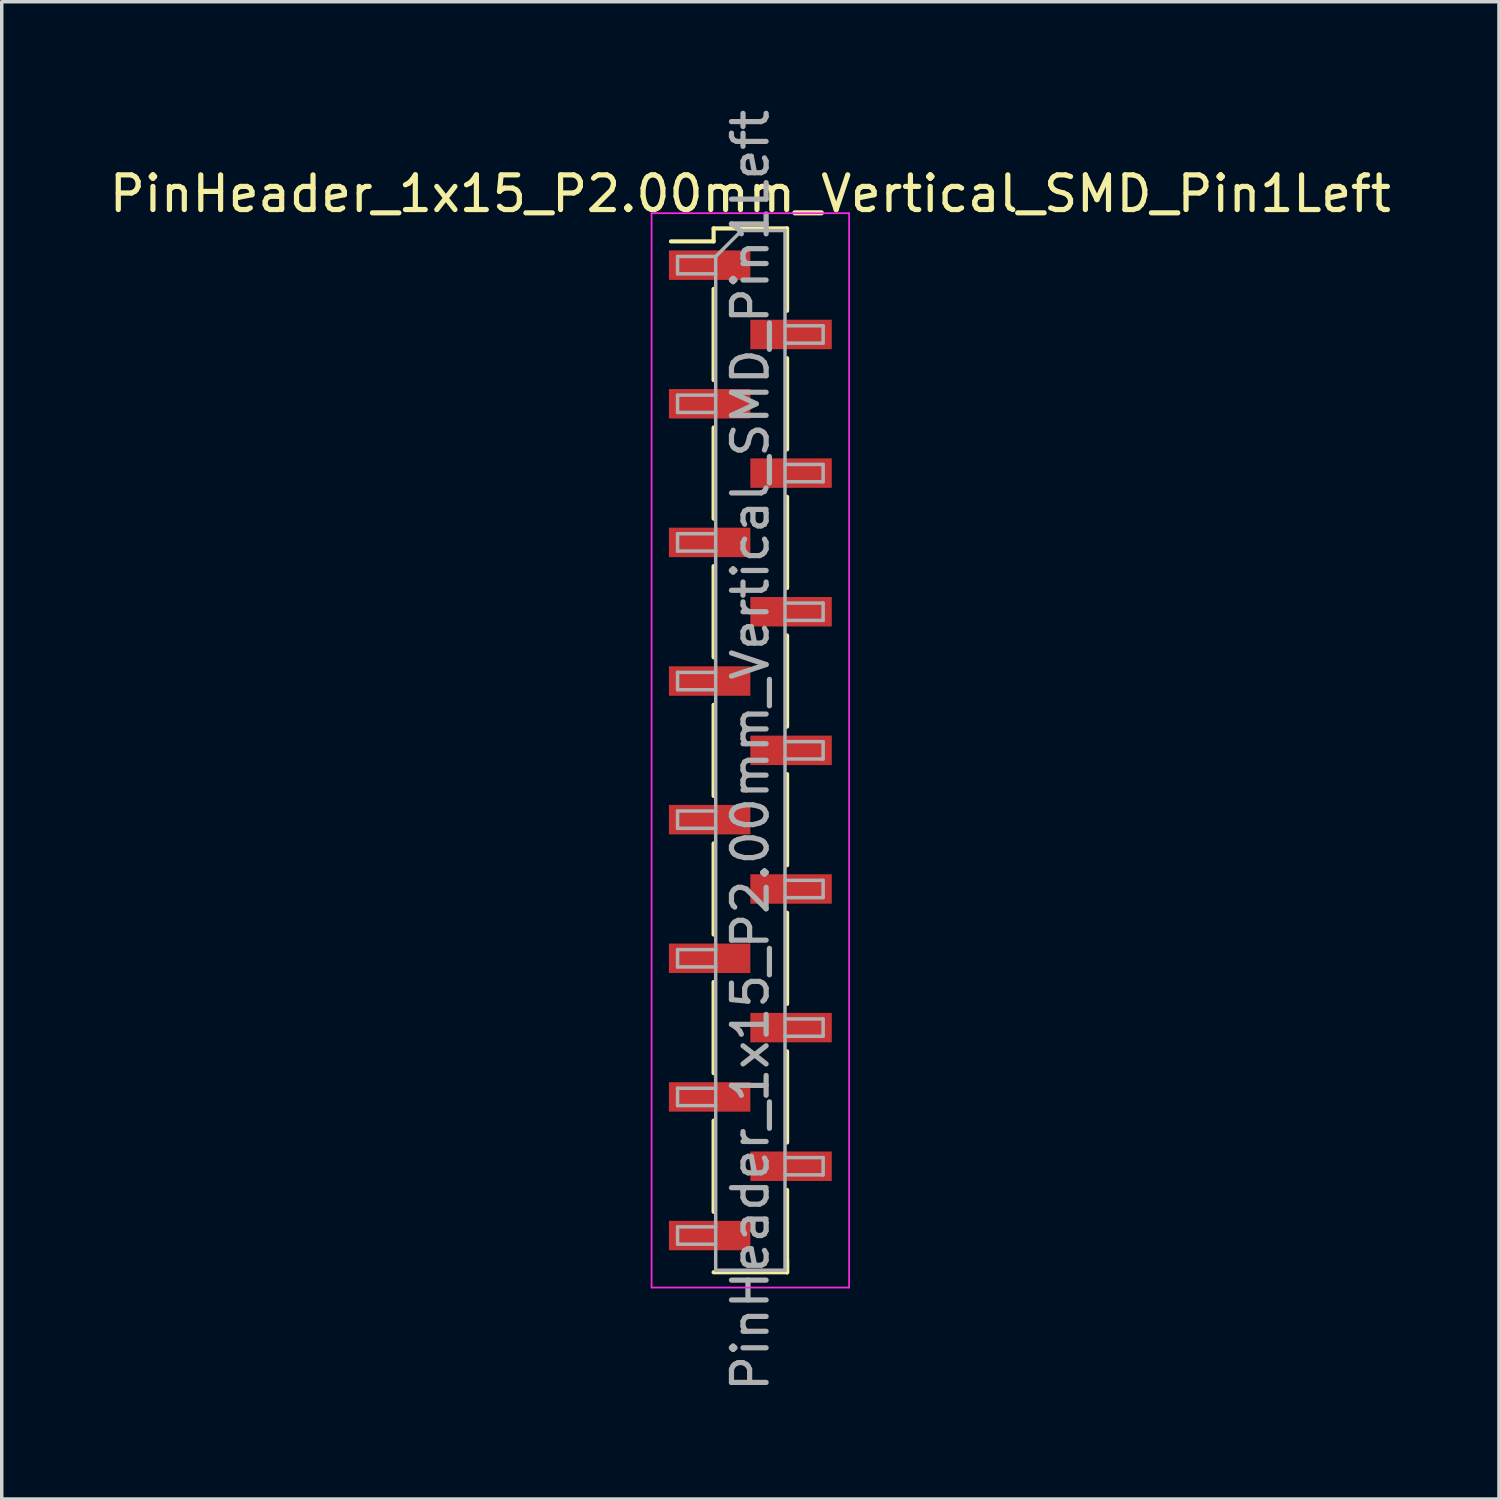
<source format=kicad_pcb>
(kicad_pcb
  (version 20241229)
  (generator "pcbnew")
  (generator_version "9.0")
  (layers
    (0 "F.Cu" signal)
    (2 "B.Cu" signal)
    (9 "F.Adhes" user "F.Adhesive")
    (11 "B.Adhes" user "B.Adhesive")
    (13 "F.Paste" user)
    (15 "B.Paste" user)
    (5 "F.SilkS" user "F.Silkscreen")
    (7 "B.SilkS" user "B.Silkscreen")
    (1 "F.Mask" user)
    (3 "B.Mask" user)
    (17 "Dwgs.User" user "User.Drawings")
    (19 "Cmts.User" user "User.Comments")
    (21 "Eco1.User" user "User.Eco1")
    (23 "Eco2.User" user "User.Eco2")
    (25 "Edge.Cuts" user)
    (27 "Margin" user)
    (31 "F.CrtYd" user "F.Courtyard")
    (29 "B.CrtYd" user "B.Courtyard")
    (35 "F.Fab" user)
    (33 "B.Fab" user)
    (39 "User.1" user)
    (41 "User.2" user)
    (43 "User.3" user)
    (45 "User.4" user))
  (footprint "PinHeader_1x15_P2.00mm_Vertical_SMD_Pin1Left"
    (layer "F.Cu")
    (at 18.601 18.601)
    (property "Reference" "PinHeader_1x15_P2.00mm_Vertical_SMD_Pin1Left" (at 0 -16.06 0) (layer "F.SilkS") (effects (font (size 1 1) (thickness 0.15))))
    (attr smd)
    (fp_line (start -1.06 -15.06) (end -1.06 -14.685) (stroke (width 0.12) (type solid)) (layer "F.SilkS"))
    (fp_line (start -1.06 -15.06) (end 1.06 -15.06) (stroke (width 0.12) (type solid)) (layer "F.SilkS"))
    (fp_line (start -1.06 -14.685) (end -2.29 -14.685) (stroke (width 0.12) (type solid)) (layer "F.SilkS"))
    (fp_line (start -1.06 -13.315) (end -1.06 -10.685) (stroke (width 0.12) (type solid)) (layer "F.SilkS"))
    (fp_line (start -1.06 -9.315) (end -1.06 -6.685) (stroke (width 0.12) (type solid)) (layer "F.SilkS"))
    (fp_line (start -1.06 -5.315) (end -1.06 -2.685) (stroke (width 0.12) (type solid)) (layer "F.SilkS"))
    (fp_line (start -1.06 -1.315) (end -1.06 1.315) (stroke (width 0.12) (type solid)) (layer "F.SilkS"))
    (fp_line (start -1.06 2.685) (end -1.06 5.315) (stroke (width 0.12) (type solid)) (layer "F.SilkS"))
    (fp_line (start -1.06 6.685) (end -1.06 9.315) (stroke (width 0.12) (type solid)) (layer "F.SilkS"))
    (fp_line (start -1.06 10.685) (end -1.06 13.315) (stroke (width 0.12) (type solid)) (layer "F.SilkS"))
    (fp_line (start -1.06 15.06) (end 1.06 15.06) (stroke (width 0.12) (type solid)) (layer "F.SilkS"))
    (fp_line (start 1.06 -15.06) (end 1.06 -12.685) (stroke (width 0.12) (type solid)) (layer "F.SilkS"))
    (fp_line (start 1.06 -11.315) (end 1.06 -8.685) (stroke (width 0.12) (type solid)) (layer "F.SilkS"))
    (fp_line (start 1.06 -7.315) (end 1.06 -4.685) (stroke (width 0.12) (type solid)) (layer "F.SilkS"))
    (fp_line (start 1.06 -3.315) (end 1.06 -0.685) (stroke (width 0.12) (type solid)) (layer "F.SilkS"))
    (fp_line (start 1.06 0.685) (end 1.06 3.315) (stroke (width 0.12) (type solid)) (layer "F.SilkS"))
    (fp_line (start 1.06 4.685) (end 1.06 7.315) (stroke (width 0.12) (type solid)) (layer "F.SilkS"))
    (fp_line (start 1.06 8.685) (end 1.06 11.315) (stroke (width 0.12) (type solid)) (layer "F.SilkS"))
    (fp_line (start 1.06 12.685) (end 1.06 15.06) (stroke (width 0.12) (type solid)) (layer "F.SilkS"))
    (fp_line (start 1.06 14.685) (end 1.06 15.06) (stroke (width 0.12) (type solid)) (layer "F.SilkS"))
    (fp_line (start -2.85 -15.5) (end -2.85 15.5) (stroke (width 0.05) (type solid)) (layer "F.CrtYd"))
    (fp_line (start -2.85 15.5) (end 2.85 15.5) (stroke (width 0.05) (type solid)) (layer "F.CrtYd"))
    (fp_line (start 2.85 -15.5) (end -2.85 -15.5) (stroke (width 0.05) (type solid)) (layer "F.CrtYd"))
    (fp_line (start 2.85 15.5) (end 2.85 -15.5) (stroke (width 0.05) (type solid)) (layer "F.CrtYd"))
    (fp_line (start -2.1 -14.25) (end -2.1 -13.75) (stroke (width 0.1) (type solid)) (layer "F.Fab"))
    (fp_line (start -2.1 -13.75) (end -1 -13.75) (stroke (width 0.1) (type solid)) (layer "F.Fab"))
    (fp_line (start -2.1 -10.25) (end -2.1 -9.75) (stroke (width 0.1) (type solid)) (layer "F.Fab"))
    (fp_line (start -2.1 -9.75) (end -1 -9.75) (stroke (width 0.1) (type solid)) (layer "F.Fab"))
    (fp_line (start -2.1 -6.25) (end -2.1 -5.75) (stroke (width 0.1) (type solid)) (layer "F.Fab"))
    (fp_line (start -2.1 -5.75) (end -1 -5.75) (stroke (width 0.1) (type solid)) (layer "F.Fab"))
    (fp_line (start -2.1 -2.25) (end -2.1 -1.75) (stroke (width 0.1) (type solid)) (layer "F.Fab"))
    (fp_line (start -2.1 -1.75) (end -1 -1.75) (stroke (width 0.1) (type solid)) (layer "F.Fab"))
    (fp_line (start -2.1 1.75) (end -2.1 2.25) (stroke (width 0.1) (type solid)) (layer "F.Fab"))
    (fp_line (start -2.1 2.25) (end -1 2.25) (stroke (width 0.1) (type solid)) (layer "F.Fab"))
    (fp_line (start -2.1 5.75) (end -2.1 6.25) (stroke (width 0.1) (type solid)) (layer "F.Fab"))
    (fp_line (start -2.1 6.25) (end -1 6.25) (stroke (width 0.1) (type solid)) (layer "F.Fab"))
    (fp_line (start -2.1 9.75) (end -2.1 10.25) (stroke (width 0.1) (type solid)) (layer "F.Fab"))
    (fp_line (start -2.1 10.25) (end -1 10.25) (stroke (width 0.1) (type solid)) (layer "F.Fab"))
    (fp_line (start -2.1 13.75) (end -2.1 14.25) (stroke (width 0.1) (type solid)) (layer "F.Fab"))
    (fp_line (start -2.1 14.25) (end -1 14.25) (stroke (width 0.1) (type solid)) (layer "F.Fab"))
    (fp_line (start -1 -14.25) (end -2.1 -14.25) (stroke (width 0.1) (type solid)) (layer "F.Fab"))
    (fp_line (start -1 -14.25) (end -0.25 -15) (stroke (width 0.1) (type solid)) (layer "F.Fab"))
    (fp_line (start -1 -10.25) (end -2.1 -10.25) (stroke (width 0.1) (type solid)) (layer "F.Fab"))
    (fp_line (start -1 -6.25) (end -2.1 -6.25) (stroke (width 0.1) (type solid)) (layer "F.Fab"))
    (fp_line (start -1 -2.25) (end -2.1 -2.25) (stroke (width 0.1) (type solid)) (layer "F.Fab"))
    (fp_line (start -1 1.75) (end -2.1 1.75) (stroke (width 0.1) (type solid)) (layer "F.Fab"))
    (fp_line (start -1 5.75) (end -2.1 5.75) (stroke (width 0.1) (type solid)) (layer "F.Fab"))
    (fp_line (start -1 9.75) (end -2.1 9.75) (stroke (width 0.1) (type solid)) (layer "F.Fab"))
    (fp_line (start -1 13.75) (end -2.1 13.75) (stroke (width 0.1) (type solid)) (layer "F.Fab"))
    (fp_line (start -1 15) (end -1 -14.25) (stroke (width 0.1) (type solid)) (layer "F.Fab"))
    (fp_line (start -0.25 -15) (end 1 -15) (stroke (width 0.1) (type solid)) (layer "F.Fab"))
    (fp_line (start 1 -15) (end 1 15) (stroke (width 0.1) (type solid)) (layer "F.Fab"))
    (fp_line (start 1 -12.25) (end 2.1 -12.25) (stroke (width 0.1) (type solid)) (layer "F.Fab"))
    (fp_line (start 1 -8.25) (end 2.1 -8.25) (stroke (width 0.1) (type solid)) (layer "F.Fab"))
    (fp_line (start 1 -4.25) (end 2.1 -4.25) (stroke (width 0.1) (type solid)) (layer "F.Fab"))
    (fp_line (start 1 -0.25) (end 2.1 -0.25) (stroke (width 0.1) (type solid)) (layer "F.Fab"))
    (fp_line (start 1 3.75) (end 2.1 3.75) (stroke (width 0.1) (type solid)) (layer "F.Fab"))
    (fp_line (start 1 7.75) (end 2.1 7.75) (stroke (width 0.1) (type solid)) (layer "F.Fab"))
    (fp_line (start 1 11.75) (end 2.1 11.75) (stroke (width 0.1) (type solid)) (layer "F.Fab"))
    (fp_line (start 1 15) (end -1 15) (stroke (width 0.1) (type solid)) (layer "F.Fab"))
    (fp_line (start 2.1 -12.25) (end 2.1 -11.75) (stroke (width 0.1) (type solid)) (layer "F.Fab"))
    (fp_line (start 2.1 -11.75) (end 1 -11.75) (stroke (width 0.1) (type solid)) (layer "F.Fab"))
    (fp_line (start 2.1 -8.25) (end 2.1 -7.75) (stroke (width 0.1) (type solid)) (layer "F.Fab"))
    (fp_line (start 2.1 -7.75) (end 1 -7.75) (stroke (width 0.1) (type solid)) (layer "F.Fab"))
    (fp_line (start 2.1 -4.25) (end 2.1 -3.75) (stroke (width 0.1) (type solid)) (layer "F.Fab"))
    (fp_line (start 2.1 -3.75) (end 1 -3.75) (stroke (width 0.1) (type solid)) (layer "F.Fab"))
    (fp_line (start 2.1 -0.25) (end 2.1 0.25) (stroke (width 0.1) (type solid)) (layer "F.Fab"))
    (fp_line (start 2.1 0.25) (end 1 0.25) (stroke (width 0.1) (type solid)) (layer "F.Fab"))
    (fp_line (start 2.1 3.75) (end 2.1 4.25) (stroke (width 0.1) (type solid)) (layer "F.Fab"))
    (fp_line (start 2.1 4.25) (end 1 4.25) (stroke (width 0.1) (type solid)) (layer "F.Fab"))
    (fp_line (start 2.1 7.75) (end 2.1 8.25) (stroke (width 0.1) (type solid)) (layer "F.Fab"))
    (fp_line (start 2.1 8.25) (end 1 8.25) (stroke (width 0.1) (type solid)) (layer "F.Fab"))
    (fp_line (start 2.1 11.75) (end 2.1 12.25) (stroke (width 0.1) (type solid)) (layer "F.Fab"))
    (fp_line (start 2.1 12.25) (end 1 12.25) (stroke (width 0.1) (type solid)) (layer "F.Fab"))
    (fp_text user "${REFERENCE}" (at 0 0 90) (layer "F.Fab") (effects (font (size 1 1) (thickness 0.15))))
    (pad "1" smd rect (at -1.175 -14) (size 2.35 0.85) (layers "F.Cu" "F.Mask" "F.Paste"))
    (pad "2" smd rect (at 1.175 -12) (size 2.35 0.85) (layers "F.Cu" "F.Mask" "F.Paste"))
    (pad "3" smd rect (at -1.175 -10) (size 2.35 0.85) (layers "F.Cu" "F.Mask" "F.Paste"))
    (pad "4" smd rect (at 1.175 -8) (size 2.35 0.85) (layers "F.Cu" "F.Mask" "F.Paste"))
    (pad "5" smd rect (at -1.175 -6) (size 2.35 0.85) (layers "F.Cu" "F.Mask" "F.Paste"))
    (pad "6" smd rect (at 1.175 -4) (size 2.35 0.85) (layers "F.Cu" "F.Mask" "F.Paste"))
    (pad "7" smd rect (at -1.175 -2) (size 2.35 0.85) (layers "F.Cu" "F.Mask" "F.Paste"))
    (pad "8" smd rect (at 1.175 0) (size 2.35 0.85) (layers "F.Cu" "F.Mask" "F.Paste"))
    (pad "9" smd rect (at -1.175 2) (size 2.35 0.85) (layers "F.Cu" "F.Mask" "F.Paste"))
    (pad "10" smd rect (at 1.175 4) (size 2.35 0.85) (layers "F.Cu" "F.Mask" "F.Paste"))
    (pad "11" smd rect (at -1.175 6) (size 2.35 0.85) (layers "F.Cu" "F.Mask" "F.Paste"))
    (pad "12" smd rect (at 1.175 8) (size 2.35 0.85) (layers "F.Cu" "F.Mask" "F.Paste"))
    (pad "13" smd rect (at -1.175 10) (size 2.35 0.85) (layers "F.Cu" "F.Mask" "F.Paste"))
    (pad "14" smd rect (at 1.175 12) (size 2.35 0.85) (layers "F.Cu" "F.Mask" "F.Paste"))
    (pad "15" smd rect (at -1.175 14) (size 2.35 0.85) (layers "F.Cu" "F.Mask" "F.Paste")))
  (gr_rect
    (start -3 -3)
    (end 40.202 40.202)
    (stroke (width 0.1) (type default))
    (fill no)
    (layer "Edge.Cuts")))
</source>
